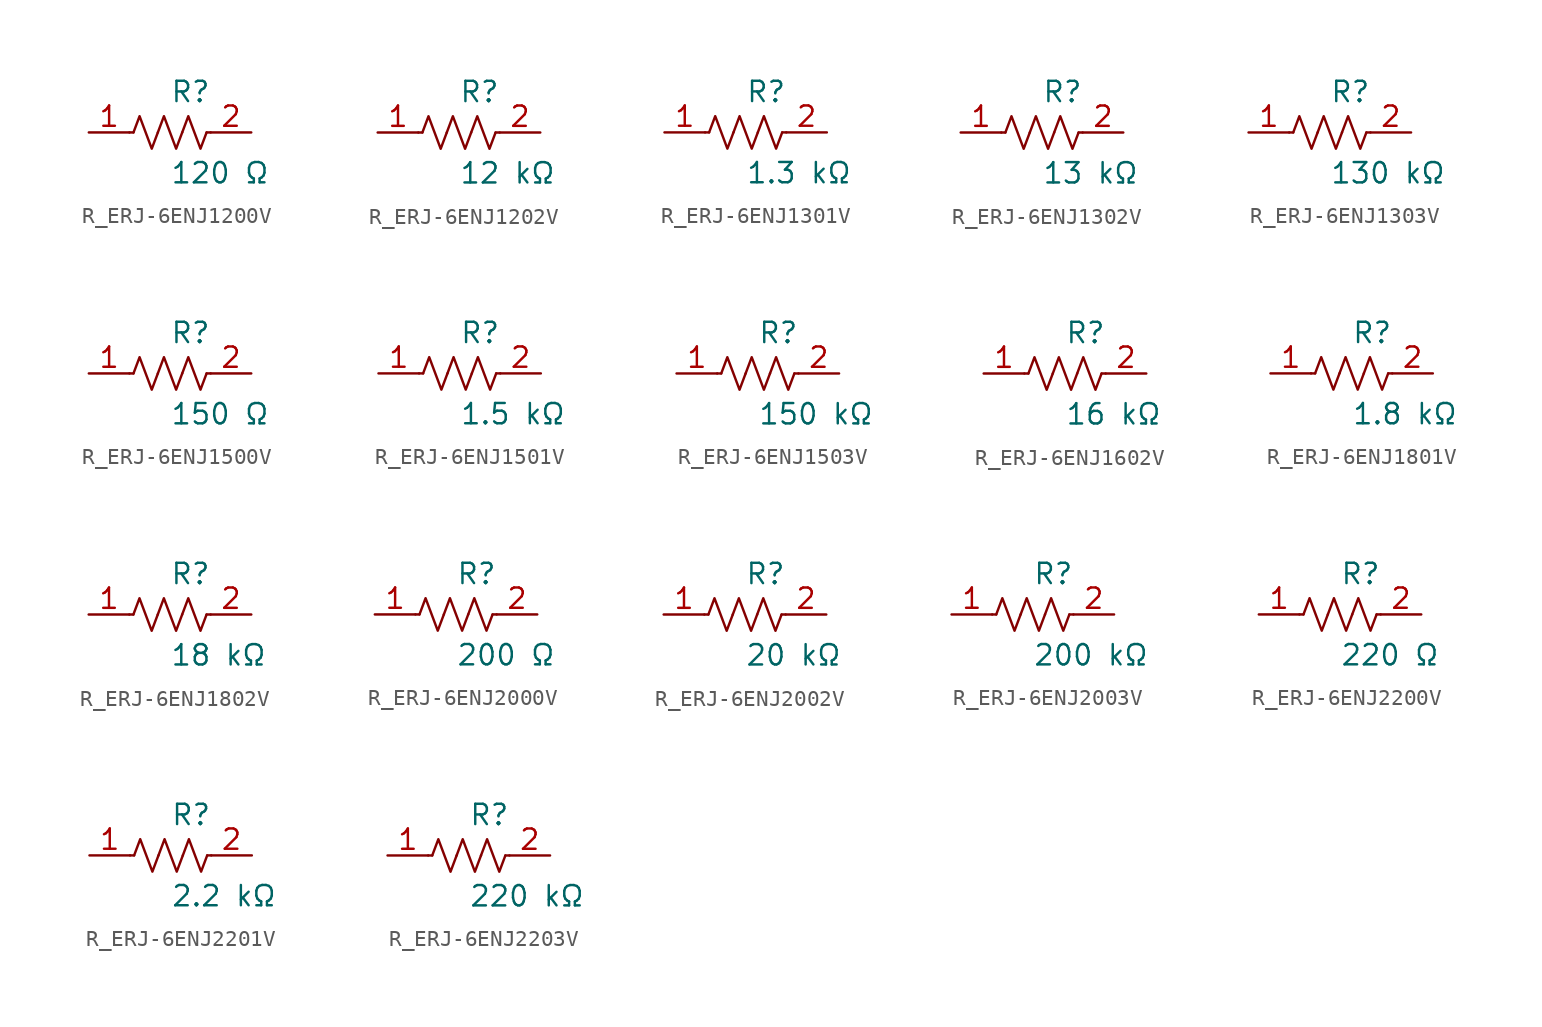
<source format=kicad_sym>
(kicad_symbol_lib
  (version 20231120)
  (generator kicad_symbol_editor)
  (generator_version 8.0)
  (symbol "R_ERJ-6ENJ1200V"
    (pin_names
      (offset 0.254))
    (property "Reference" "R"
      (at 0.0 2.54 0)
      (effects (font (size 1.27 1.27)) (justify left)))
    (property "Value" "120 Ω"
      (at 0.0 -2.54 0)
      (effects (font (size 1.27 1.27)) (justify left)))
    (symbol "R_ERJ-6ENJ1200V_0_1"
      (polyline (pts (xy 2.286 0) (xy 2.54 0)) (stroke (width 0) (type default)) (fill (type none)))
      (polyline (pts (xy -2.286 0) (xy -2.54 0)) (stroke (width 0) (type default)) (fill (type none)))
      (polyline (pts (xy 0.762 0) (xy 1.143 1.016) (xy 1.524 0) (xy 1.905 -1.016) (xy 2.286 0)) (stroke (width 0) (type default)) (fill (type none)))
      (polyline (pts (xy -0.762 0) (xy -0.381 1.016) (xy 0 0) (xy 0.381 -1.016) (xy 0.762 0)) (stroke (width 0) (type default)) (fill (type none)))
      (polyline (pts (xy -2.286 0) (xy -1.905 1.016) (xy -1.524 0) (xy -1.143 -1.016) (xy -0.762 0)) (stroke (width 0) (type default)) (fill (type none))))
    (pin unspecified line
      (at -5.08 0 0)
      (length 2.54)
      (name "" (effects (font (size 1.27 1.27))))
      (number "1" (effects (font (size 1.27 1.27)))))
    (pin unspecified line
      (at 5.08 0 180)
      (length 2.54)
      (name "" (effects (font (size 1.27 1.27))))
      (number "2" (effects (font (size 1.27 1.27))))))
  (symbol "R_ERJ-6ENJ1202V"
    (pin_names
      (offset 0.254))
    (property "Reference" "R"
      (at 0.0 2.54 0)
      (effects (font (size 1.27 1.27)) (justify left)))
    (property "Value" "12 kΩ"
      (at 0.0 -2.54 0)
      (effects (font (size 1.27 1.27)) (justify left)))
    (symbol "R_ERJ-6ENJ1202V_0_1"
      (polyline (pts (xy 2.286 0) (xy 2.54 0)) (stroke (width 0) (type default)) (fill (type none)))
      (polyline (pts (xy -2.286 0) (xy -2.54 0)) (stroke (width 0) (type default)) (fill (type none)))
      (polyline (pts (xy 0.762 0) (xy 1.143 1.016) (xy 1.524 0) (xy 1.905 -1.016) (xy 2.286 0)) (stroke (width 0) (type default)) (fill (type none)))
      (polyline (pts (xy -0.762 0) (xy -0.381 1.016) (xy 0 0) (xy 0.381 -1.016) (xy 0.762 0)) (stroke (width 0) (type default)) (fill (type none)))
      (polyline (pts (xy -2.286 0) (xy -1.905 1.016) (xy -1.524 0) (xy -1.143 -1.016) (xy -0.762 0)) (stroke (width 0) (type default)) (fill (type none))))
    (pin unspecified line
      (at -5.08 0 0)
      (length 2.54)
      (name "" (effects (font (size 1.27 1.27))))
      (number "1" (effects (font (size 1.27 1.27)))))
    (pin unspecified line
      (at 5.08 0 180)
      (length 2.54)
      (name "" (effects (font (size 1.27 1.27))))
      (number "2" (effects (font (size 1.27 1.27))))))
  (symbol "R_ERJ-6ENJ1301V"
    (pin_names
      (offset 0.254))
    (property "Reference" "R"
      (at 0.0 2.54 0)
      (effects (font (size 1.27 1.27)) (justify left)))
    (property "Value" "1.3 kΩ"
      (at 0.0 -2.54 0)
      (effects (font (size 1.27 1.27)) (justify left)))
    (symbol "R_ERJ-6ENJ1301V_0_1"
      (polyline (pts (xy 2.286 0) (xy 2.54 0)) (stroke (width 0) (type default)) (fill (type none)))
      (polyline (pts (xy -2.286 0) (xy -2.54 0)) (stroke (width 0) (type default)) (fill (type none)))
      (polyline (pts (xy 0.762 0) (xy 1.143 1.016) (xy 1.524 0) (xy 1.905 -1.016) (xy 2.286 0)) (stroke (width 0) (type default)) (fill (type none)))
      (polyline (pts (xy -0.762 0) (xy -0.381 1.016) (xy 0 0) (xy 0.381 -1.016) (xy 0.762 0)) (stroke (width 0) (type default)) (fill (type none)))
      (polyline (pts (xy -2.286 0) (xy -1.905 1.016) (xy -1.524 0) (xy -1.143 -1.016) (xy -0.762 0)) (stroke (width 0) (type default)) (fill (type none))))
    (pin unspecified line
      (at -5.08 0 0)
      (length 2.54)
      (name "" (effects (font (size 1.27 1.27))))
      (number "1" (effects (font (size 1.27 1.27)))))
    (pin unspecified line
      (at 5.08 0 180)
      (length 2.54)
      (name "" (effects (font (size 1.27 1.27))))
      (number "2" (effects (font (size 1.27 1.27))))))
  (symbol "R_ERJ-6ENJ1302V"
    (pin_names
      (offset 0.254))
    (property "Reference" "R"
      (at 0.0 2.54 0)
      (effects (font (size 1.27 1.27)) (justify left)))
    (property "Value" "13 kΩ"
      (at 0.0 -2.54 0)
      (effects (font (size 1.27 1.27)) (justify left)))
    (symbol "R_ERJ-6ENJ1302V_0_1"
      (polyline (pts (xy 2.286 0) (xy 2.54 0)) (stroke (width 0) (type default)) (fill (type none)))
      (polyline (pts (xy -2.286 0) (xy -2.54 0)) (stroke (width 0) (type default)) (fill (type none)))
      (polyline (pts (xy 0.762 0) (xy 1.143 1.016) (xy 1.524 0) (xy 1.905 -1.016) (xy 2.286 0)) (stroke (width 0) (type default)) (fill (type none)))
      (polyline (pts (xy -0.762 0) (xy -0.381 1.016) (xy 0 0) (xy 0.381 -1.016) (xy 0.762 0)) (stroke (width 0) (type default)) (fill (type none)))
      (polyline (pts (xy -2.286 0) (xy -1.905 1.016) (xy -1.524 0) (xy -1.143 -1.016) (xy -0.762 0)) (stroke (width 0) (type default)) (fill (type none))))
    (pin unspecified line
      (at -5.08 0 0)
      (length 2.54)
      (name "" (effects (font (size 1.27 1.27))))
      (number "1" (effects (font (size 1.27 1.27)))))
    (pin unspecified line
      (at 5.08 0 180)
      (length 2.54)
      (name "" (effects (font (size 1.27 1.27))))
      (number "2" (effects (font (size 1.27 1.27))))))
  (symbol "R_ERJ-6ENJ1303V"
    (pin_names
      (offset 0.254))
    (property "Reference" "R"
      (at 0.0 2.54 0)
      (effects (font (size 1.27 1.27)) (justify left)))
    (property "Value" "130 kΩ"
      (at 0.0 -2.54 0)
      (effects (font (size 1.27 1.27)) (justify left)))
    (symbol "R_ERJ-6ENJ1303V_0_1"
      (polyline (pts (xy 2.286 0) (xy 2.54 0)) (stroke (width 0) (type default)) (fill (type none)))
      (polyline (pts (xy -2.286 0) (xy -2.54 0)) (stroke (width 0) (type default)) (fill (type none)))
      (polyline (pts (xy 0.762 0) (xy 1.143 1.016) (xy 1.524 0) (xy 1.905 -1.016) (xy 2.286 0)) (stroke (width 0) (type default)) (fill (type none)))
      (polyline (pts (xy -0.762 0) (xy -0.381 1.016) (xy 0 0) (xy 0.381 -1.016) (xy 0.762 0)) (stroke (width 0) (type default)) (fill (type none)))
      (polyline (pts (xy -2.286 0) (xy -1.905 1.016) (xy -1.524 0) (xy -1.143 -1.016) (xy -0.762 0)) (stroke (width 0) (type default)) (fill (type none))))
    (pin unspecified line
      (at -5.08 0 0)
      (length 2.54)
      (name "" (effects (font (size 1.27 1.27))))
      (number "1" (effects (font (size 1.27 1.27)))))
    (pin unspecified line
      (at 5.08 0 180)
      (length 2.54)
      (name "" (effects (font (size 1.27 1.27))))
      (number "2" (effects (font (size 1.27 1.27))))))
  (symbol "R_ERJ-6ENJ1500V"
    (pin_names
      (offset 0.254))
    (property "Reference" "R"
      (at 0.0 2.54 0)
      (effects (font (size 1.27 1.27)) (justify left)))
    (property "Value" "150 Ω"
      (at 0.0 -2.54 0)
      (effects (font (size 1.27 1.27)) (justify left)))
    (symbol "R_ERJ-6ENJ1500V_0_1"
      (polyline (pts (xy 2.286 0) (xy 2.54 0)) (stroke (width 0) (type default)) (fill (type none)))
      (polyline (pts (xy -2.286 0) (xy -2.54 0)) (stroke (width 0) (type default)) (fill (type none)))
      (polyline (pts (xy 0.762 0) (xy 1.143 1.016) (xy 1.524 0) (xy 1.905 -1.016) (xy 2.286 0)) (stroke (width 0) (type default)) (fill (type none)))
      (polyline (pts (xy -0.762 0) (xy -0.381 1.016) (xy 0 0) (xy 0.381 -1.016) (xy 0.762 0)) (stroke (width 0) (type default)) (fill (type none)))
      (polyline (pts (xy -2.286 0) (xy -1.905 1.016) (xy -1.524 0) (xy -1.143 -1.016) (xy -0.762 0)) (stroke (width 0) (type default)) (fill (type none))))
    (pin unspecified line
      (at -5.08 0 0)
      (length 2.54)
      (name "" (effects (font (size 1.27 1.27))))
      (number "1" (effects (font (size 1.27 1.27)))))
    (pin unspecified line
      (at 5.08 0 180)
      (length 2.54)
      (name "" (effects (font (size 1.27 1.27))))
      (number "2" (effects (font (size 1.27 1.27))))))
  (symbol "R_ERJ-6ENJ1501V"
    (pin_names
      (offset 0.254))
    (property "Reference" "R"
      (at 0.0 2.54 0)
      (effects (font (size 1.27 1.27)) (justify left)))
    (property "Value" "1.5 kΩ"
      (at 0.0 -2.54 0)
      (effects (font (size 1.27 1.27)) (justify left)))
    (symbol "R_ERJ-6ENJ1501V_0_1"
      (polyline (pts (xy 2.286 0) (xy 2.54 0)) (stroke (width 0) (type default)) (fill (type none)))
      (polyline (pts (xy -2.286 0) (xy -2.54 0)) (stroke (width 0) (type default)) (fill (type none)))
      (polyline (pts (xy 0.762 0) (xy 1.143 1.016) (xy 1.524 0) (xy 1.905 -1.016) (xy 2.286 0)) (stroke (width 0) (type default)) (fill (type none)))
      (polyline (pts (xy -0.762 0) (xy -0.381 1.016) (xy 0 0) (xy 0.381 -1.016) (xy 0.762 0)) (stroke (width 0) (type default)) (fill (type none)))
      (polyline (pts (xy -2.286 0) (xy -1.905 1.016) (xy -1.524 0) (xy -1.143 -1.016) (xy -0.762 0)) (stroke (width 0) (type default)) (fill (type none))))
    (pin unspecified line
      (at -5.08 0 0)
      (length 2.54)
      (name "" (effects (font (size 1.27 1.27))))
      (number "1" (effects (font (size 1.27 1.27)))))
    (pin unspecified line
      (at 5.08 0 180)
      (length 2.54)
      (name "" (effects (font (size 1.27 1.27))))
      (number "2" (effects (font (size 1.27 1.27))))))
  (symbol "R_ERJ-6ENJ1503V"
    (pin_names
      (offset 0.254))
    (property "Reference" "R"
      (at 0.0 2.54 0)
      (effects (font (size 1.27 1.27)) (justify left)))
    (property "Value" "150 kΩ"
      (at 0.0 -2.54 0)
      (effects (font (size 1.27 1.27)) (justify left)))
    (symbol "R_ERJ-6ENJ1503V_0_1"
      (polyline (pts (xy 2.286 0) (xy 2.54 0)) (stroke (width 0) (type default)) (fill (type none)))
      (polyline (pts (xy -2.286 0) (xy -2.54 0)) (stroke (width 0) (type default)) (fill (type none)))
      (polyline (pts (xy 0.762 0) (xy 1.143 1.016) (xy 1.524 0) (xy 1.905 -1.016) (xy 2.286 0)) (stroke (width 0) (type default)) (fill (type none)))
      (polyline (pts (xy -0.762 0) (xy -0.381 1.016) (xy 0 0) (xy 0.381 -1.016) (xy 0.762 0)) (stroke (width 0) (type default)) (fill (type none)))
      (polyline (pts (xy -2.286 0) (xy -1.905 1.016) (xy -1.524 0) (xy -1.143 -1.016) (xy -0.762 0)) (stroke (width 0) (type default)) (fill (type none))))
    (pin unspecified line
      (at -5.08 0 0)
      (length 2.54)
      (name "" (effects (font (size 1.27 1.27))))
      (number "1" (effects (font (size 1.27 1.27)))))
    (pin unspecified line
      (at 5.08 0 180)
      (length 2.54)
      (name "" (effects (font (size 1.27 1.27))))
      (number "2" (effects (font (size 1.27 1.27))))))
  (symbol "R_ERJ-6ENJ1602V"
    (pin_names
      (offset 0.254))
    (property "Reference" "R"
      (at 0.0 2.54 0)
      (effects (font (size 1.27 1.27)) (justify left)))
    (property "Value" "16 kΩ"
      (at 0.0 -2.54 0)
      (effects (font (size 1.27 1.27)) (justify left)))
    (symbol "R_ERJ-6ENJ1602V_0_1"
      (polyline (pts (xy 2.286 0) (xy 2.54 0)) (stroke (width 0) (type default)) (fill (type none)))
      (polyline (pts (xy -2.286 0) (xy -2.54 0)) (stroke (width 0) (type default)) (fill (type none)))
      (polyline (pts (xy 0.762 0) (xy 1.143 1.016) (xy 1.524 0) (xy 1.905 -1.016) (xy 2.286 0)) (stroke (width 0) (type default)) (fill (type none)))
      (polyline (pts (xy -0.762 0) (xy -0.381 1.016) (xy 0 0) (xy 0.381 -1.016) (xy 0.762 0)) (stroke (width 0) (type default)) (fill (type none)))
      (polyline (pts (xy -2.286 0) (xy -1.905 1.016) (xy -1.524 0) (xy -1.143 -1.016) (xy -0.762 0)) (stroke (width 0) (type default)) (fill (type none))))
    (pin unspecified line
      (at -5.08 0 0)
      (length 2.54)
      (name "" (effects (font (size 1.27 1.27))))
      (number "1" (effects (font (size 1.27 1.27)))))
    (pin unspecified line
      (at 5.08 0 180)
      (length 2.54)
      (name "" (effects (font (size 1.27 1.27))))
      (number "2" (effects (font (size 1.27 1.27))))))
  (symbol "R_ERJ-6ENJ1801V"
    (pin_names
      (offset 0.254))
    (property "Reference" "R"
      (at 0.0 2.54 0)
      (effects (font (size 1.27 1.27)) (justify left)))
    (property "Value" "1.8 kΩ"
      (at 0.0 -2.54 0)
      (effects (font (size 1.27 1.27)) (justify left)))
    (symbol "R_ERJ-6ENJ1801V_0_1"
      (polyline (pts (xy 2.286 0) (xy 2.54 0)) (stroke (width 0) (type default)) (fill (type none)))
      (polyline (pts (xy -2.286 0) (xy -2.54 0)) (stroke (width 0) (type default)) (fill (type none)))
      (polyline (pts (xy 0.762 0) (xy 1.143 1.016) (xy 1.524 0) (xy 1.905 -1.016) (xy 2.286 0)) (stroke (width 0) (type default)) (fill (type none)))
      (polyline (pts (xy -0.762 0) (xy -0.381 1.016) (xy 0 0) (xy 0.381 -1.016) (xy 0.762 0)) (stroke (width 0) (type default)) (fill (type none)))
      (polyline (pts (xy -2.286 0) (xy -1.905 1.016) (xy -1.524 0) (xy -1.143 -1.016) (xy -0.762 0)) (stroke (width 0) (type default)) (fill (type none))))
    (pin unspecified line
      (at -5.08 0 0)
      (length 2.54)
      (name "" (effects (font (size 1.27 1.27))))
      (number "1" (effects (font (size 1.27 1.27)))))
    (pin unspecified line
      (at 5.08 0 180)
      (length 2.54)
      (name "" (effects (font (size 1.27 1.27))))
      (number "2" (effects (font (size 1.27 1.27))))))
  (symbol "R_ERJ-6ENJ1802V"
    (pin_names
      (offset 0.254))
    (property "Reference" "R"
      (at 0.0 2.54 0)
      (effects (font (size 1.27 1.27)) (justify left)))
    (property "Value" "18 kΩ"
      (at 0.0 -2.54 0)
      (effects (font (size 1.27 1.27)) (justify left)))
    (symbol "R_ERJ-6ENJ1802V_0_1"
      (polyline (pts (xy 2.286 0) (xy 2.54 0)) (stroke (width 0) (type default)) (fill (type none)))
      (polyline (pts (xy -2.286 0) (xy -2.54 0)) (stroke (width 0) (type default)) (fill (type none)))
      (polyline (pts (xy 0.762 0) (xy 1.143 1.016) (xy 1.524 0) (xy 1.905 -1.016) (xy 2.286 0)) (stroke (width 0) (type default)) (fill (type none)))
      (polyline (pts (xy -0.762 0) (xy -0.381 1.016) (xy 0 0) (xy 0.381 -1.016) (xy 0.762 0)) (stroke (width 0) (type default)) (fill (type none)))
      (polyline (pts (xy -2.286 0) (xy -1.905 1.016) (xy -1.524 0) (xy -1.143 -1.016) (xy -0.762 0)) (stroke (width 0) (type default)) (fill (type none))))
    (pin unspecified line
      (at -5.08 0 0)
      (length 2.54)
      (name "" (effects (font (size 1.27 1.27))))
      (number "1" (effects (font (size 1.27 1.27)))))
    (pin unspecified line
      (at 5.08 0 180)
      (length 2.54)
      (name "" (effects (font (size 1.27 1.27))))
      (number "2" (effects (font (size 1.27 1.27))))))
  (symbol "R_ERJ-6ENJ2000V"
    (pin_names
      (offset 0.254))
    (property "Reference" "R"
      (at 0.0 2.54 0)
      (effects (font (size 1.27 1.27)) (justify left)))
    (property "Value" "200 Ω"
      (at 0.0 -2.54 0)
      (effects (font (size 1.27 1.27)) (justify left)))
    (symbol "R_ERJ-6ENJ2000V_0_1"
      (polyline (pts (xy 2.286 0) (xy 2.54 0)) (stroke (width 0) (type default)) (fill (type none)))
      (polyline (pts (xy -2.286 0) (xy -2.54 0)) (stroke (width 0) (type default)) (fill (type none)))
      (polyline (pts (xy 0.762 0) (xy 1.143 1.016) (xy 1.524 0) (xy 1.905 -1.016) (xy 2.286 0)) (stroke (width 0) (type default)) (fill (type none)))
      (polyline (pts (xy -0.762 0) (xy -0.381 1.016) (xy 0 0) (xy 0.381 -1.016) (xy 0.762 0)) (stroke (width 0) (type default)) (fill (type none)))
      (polyline (pts (xy -2.286 0) (xy -1.905 1.016) (xy -1.524 0) (xy -1.143 -1.016) (xy -0.762 0)) (stroke (width 0) (type default)) (fill (type none))))
    (pin unspecified line
      (at -5.08 0 0)
      (length 2.54)
      (name "" (effects (font (size 1.27 1.27))))
      (number "1" (effects (font (size 1.27 1.27)))))
    (pin unspecified line
      (at 5.08 0 180)
      (length 2.54)
      (name "" (effects (font (size 1.27 1.27))))
      (number "2" (effects (font (size 1.27 1.27))))))
  (symbol "R_ERJ-6ENJ2002V"
    (pin_names
      (offset 0.254))
    (property "Reference" "R"
      (at 0.0 2.54 0)
      (effects (font (size 1.27 1.27)) (justify left)))
    (property "Value" "20 kΩ"
      (at 0.0 -2.54 0)
      (effects (font (size 1.27 1.27)) (justify left)))
    (symbol "R_ERJ-6ENJ2002V_0_1"
      (polyline (pts (xy 2.286 0) (xy 2.54 0)) (stroke (width 0) (type default)) (fill (type none)))
      (polyline (pts (xy -2.286 0) (xy -2.54 0)) (stroke (width 0) (type default)) (fill (type none)))
      (polyline (pts (xy 0.762 0) (xy 1.143 1.016) (xy 1.524 0) (xy 1.905 -1.016) (xy 2.286 0)) (stroke (width 0) (type default)) (fill (type none)))
      (polyline (pts (xy -0.762 0) (xy -0.381 1.016) (xy 0 0) (xy 0.381 -1.016) (xy 0.762 0)) (stroke (width 0) (type default)) (fill (type none)))
      (polyline (pts (xy -2.286 0) (xy -1.905 1.016) (xy -1.524 0) (xy -1.143 -1.016) (xy -0.762 0)) (stroke (width 0) (type default)) (fill (type none))))
    (pin unspecified line
      (at -5.08 0 0)
      (length 2.54)
      (name "" (effects (font (size 1.27 1.27))))
      (number "1" (effects (font (size 1.27 1.27)))))
    (pin unspecified line
      (at 5.08 0 180)
      (length 2.54)
      (name "" (effects (font (size 1.27 1.27))))
      (number "2" (effects (font (size 1.27 1.27))))))
  (symbol "R_ERJ-6ENJ2003V"
    (pin_names
      (offset 0.254))
    (property "Reference" "R"
      (at 0.0 2.54 0)
      (effects (font (size 1.27 1.27)) (justify left)))
    (property "Value" "200 kΩ"
      (at 0.0 -2.54 0)
      (effects (font (size 1.27 1.27)) (justify left)))
    (symbol "R_ERJ-6ENJ2003V_0_1"
      (polyline (pts (xy 2.286 0) (xy 2.54 0)) (stroke (width 0) (type default)) (fill (type none)))
      (polyline (pts (xy -2.286 0) (xy -2.54 0)) (stroke (width 0) (type default)) (fill (type none)))
      (polyline (pts (xy 0.762 0) (xy 1.143 1.016) (xy 1.524 0) (xy 1.905 -1.016) (xy 2.286 0)) (stroke (width 0) (type default)) (fill (type none)))
      (polyline (pts (xy -0.762 0) (xy -0.381 1.016) (xy 0 0) (xy 0.381 -1.016) (xy 0.762 0)) (stroke (width 0) (type default)) (fill (type none)))
      (polyline (pts (xy -2.286 0) (xy -1.905 1.016) (xy -1.524 0) (xy -1.143 -1.016) (xy -0.762 0)) (stroke (width 0) (type default)) (fill (type none))))
    (pin unspecified line
      (at -5.08 0 0)
      (length 2.54)
      (name "" (effects (font (size 1.27 1.27))))
      (number "1" (effects (font (size 1.27 1.27)))))
    (pin unspecified line
      (at 5.08 0 180)
      (length 2.54)
      (name "" (effects (font (size 1.27 1.27))))
      (number "2" (effects (font (size 1.27 1.27))))))
  (symbol "R_ERJ-6ENJ2200V"
    (pin_names
      (offset 0.254))
    (property "Reference" "R"
      (at 0.0 2.54 0)
      (effects (font (size 1.27 1.27)) (justify left)))
    (property "Value" "220 Ω"
      (at 0.0 -2.54 0)
      (effects (font (size 1.27 1.27)) (justify left)))
    (symbol "R_ERJ-6ENJ2200V_0_1"
      (polyline (pts (xy 2.286 0) (xy 2.54 0)) (stroke (width 0) (type default)) (fill (type none)))
      (polyline (pts (xy -2.286 0) (xy -2.54 0)) (stroke (width 0) (type default)) (fill (type none)))
      (polyline (pts (xy 0.762 0) (xy 1.143 1.016) (xy 1.524 0) (xy 1.905 -1.016) (xy 2.286 0)) (stroke (width 0) (type default)) (fill (type none)))
      (polyline (pts (xy -0.762 0) (xy -0.381 1.016) (xy 0 0) (xy 0.381 -1.016) (xy 0.762 0)) (stroke (width 0) (type default)) (fill (type none)))
      (polyline (pts (xy -2.286 0) (xy -1.905 1.016) (xy -1.524 0) (xy -1.143 -1.016) (xy -0.762 0)) (stroke (width 0) (type default)) (fill (type none))))
    (pin unspecified line
      (at -5.08 0 0)
      (length 2.54)
      (name "" (effects (font (size 1.27 1.27))))
      (number "1" (effects (font (size 1.27 1.27)))))
    (pin unspecified line
      (at 5.08 0 180)
      (length 2.54)
      (name "" (effects (font (size 1.27 1.27))))
      (number "2" (effects (font (size 1.27 1.27))))))
  (symbol "R_ERJ-6ENJ2201V"
    (pin_names
      (offset 0.254))
    (property "Reference" "R"
      (at 0.0 2.54 0)
      (effects (font (size 1.27 1.27)) (justify left)))
    (property "Value" "2.2 kΩ"
      (at 0.0 -2.54 0)
      (effects (font (size 1.27 1.27)) (justify left)))
    (symbol "R_ERJ-6ENJ2201V_0_1"
      (polyline (pts (xy 2.286 0) (xy 2.54 0)) (stroke (width 0) (type default)) (fill (type none)))
      (polyline (pts (xy -2.286 0) (xy -2.54 0)) (stroke (width 0) (type default)) (fill (type none)))
      (polyline (pts (xy 0.762 0) (xy 1.143 1.016) (xy 1.524 0) (xy 1.905 -1.016) (xy 2.286 0)) (stroke (width 0) (type default)) (fill (type none)))
      (polyline (pts (xy -0.762 0) (xy -0.381 1.016) (xy 0 0) (xy 0.381 -1.016) (xy 0.762 0)) (stroke (width 0) (type default)) (fill (type none)))
      (polyline (pts (xy -2.286 0) (xy -1.905 1.016) (xy -1.524 0) (xy -1.143 -1.016) (xy -0.762 0)) (stroke (width 0) (type default)) (fill (type none))))
    (pin unspecified line
      (at -5.08 0 0)
      (length 2.54)
      (name "" (effects (font (size 1.27 1.27))))
      (number "1" (effects (font (size 1.27 1.27)))))
    (pin unspecified line
      (at 5.08 0 180)
      (length 2.54)
      (name "" (effects (font (size 1.27 1.27))))
      (number "2" (effects (font (size 1.27 1.27))))))
  (symbol "R_ERJ-6ENJ2203V"
    (pin_names
      (offset 0.254))
    (property "Reference" "R"
      (at 0.0 2.54 0)
      (effects (font (size 1.27 1.27)) (justify left)))
    (property "Value" "220 kΩ"
      (at 0.0 -2.54 0)
      (effects (font (size 1.27 1.27)) (justify left)))
    (symbol "R_ERJ-6ENJ2203V_0_1"
      (polyline (pts (xy 2.286 0) (xy 2.54 0)) (stroke (width 0) (type default)) (fill (type none)))
      (polyline (pts (xy -2.286 0) (xy -2.54 0)) (stroke (width 0) (type default)) (fill (type none)))
      (polyline (pts (xy 0.762 0) (xy 1.143 1.016) (xy 1.524 0) (xy 1.905 -1.016) (xy 2.286 0)) (stroke (width 0) (type default)) (fill (type none)))
      (polyline (pts (xy -0.762 0) (xy -0.381 1.016) (xy 0 0) (xy 0.381 -1.016) (xy 0.762 0)) (stroke (width 0) (type default)) (fill (type none)))
      (polyline (pts (xy -2.286 0) (xy -1.905 1.016) (xy -1.524 0) (xy -1.143 -1.016) (xy -0.762 0)) (stroke (width 0) (type default)) (fill (type none))))
    (pin unspecified line
      (at -5.08 0 0)
      (length 2.54)
      (name "" (effects (font (size 1.27 1.27))))
      (number "1" (effects (font (size 1.27 1.27)))))
    (pin unspecified line
      (at 5.08 0 180)
      (length 2.54)
      (name "" (effects (font (size 1.27 1.27))))
      (number "2" (effects (font (size 1.27 1.27)))))))
</source>
